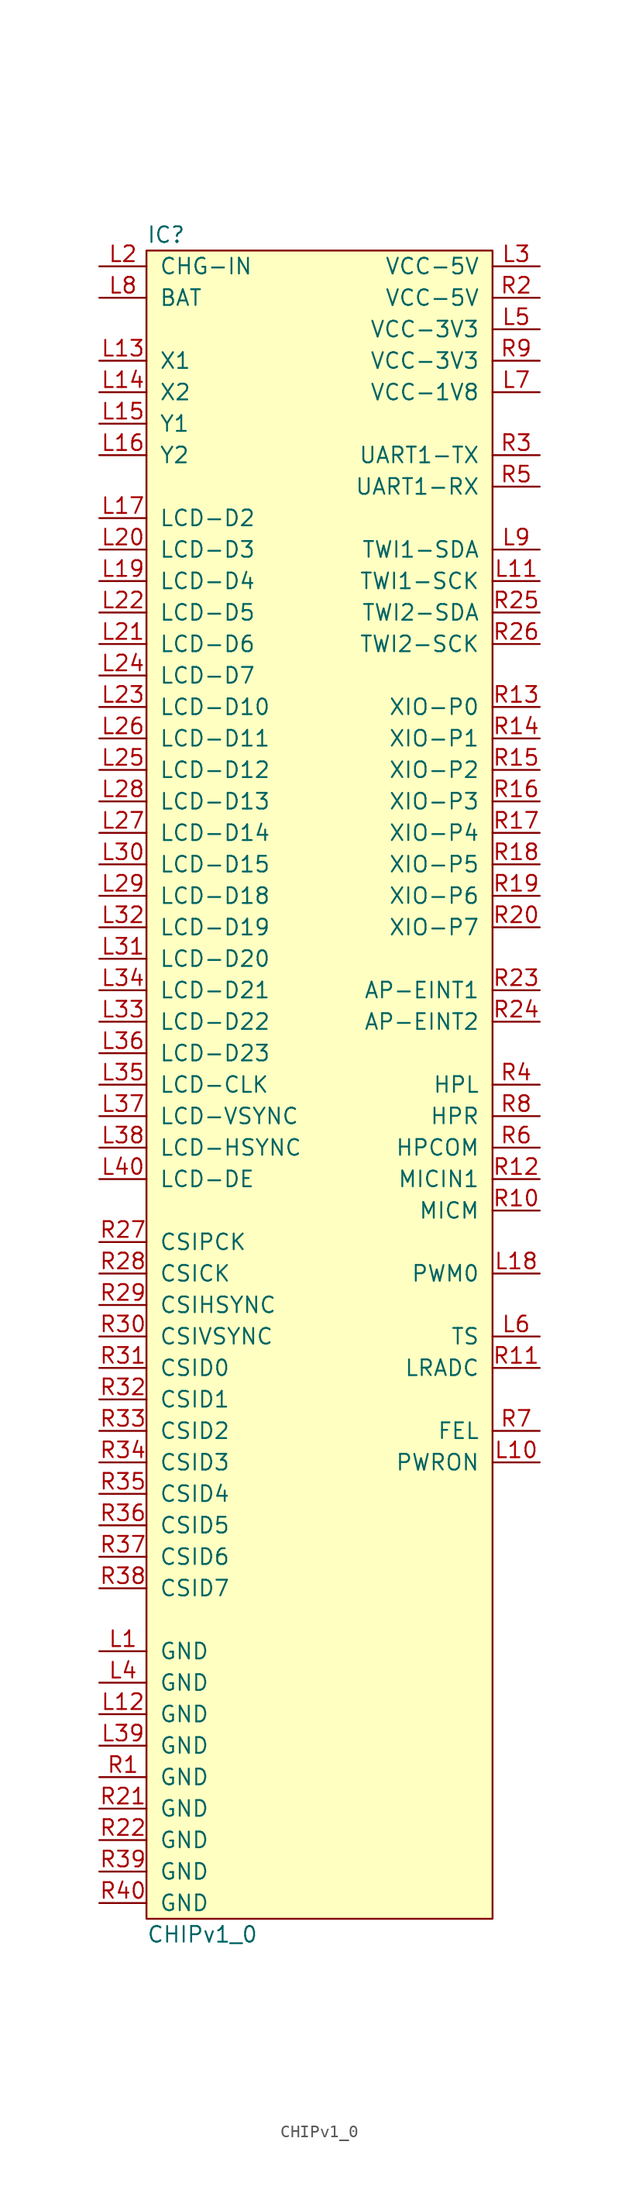
<source format=kicad_sym>
(kicad_symbol_lib
  (version 20211014)
  (generator agg_kicad.build_lib_ic)
  (symbol "CHIPv1_0"
    (pin_names
      (offset 1.016))
    (property Reference IC
      (at -13.97 68.58 0)
      (effects (font (size 1.27 1.27)) (justify left)))
    (property Value "CHIPv1_0"
      (at -13.97 -68.58 0)
      (effects (font (size 1.27 1.27)) (justify left)))
    (symbol "CHIPv1_0_0_0"
      (rectangle (start -13.97 67.31) (end 13.97 -67.31) (stroke (width 0) (type default) (color 0 0 0 0)) (fill (type background)))
      (pin power_in line (at -17.78 66.04 0) (length 3.81) (name "CHG-IN" (effects (font (size 1.27 1.27)))) (number "L2" (effects (font (size 1.27 1.27)))))
      (pin power_in line (at -17.78 63.5 0) (length 3.81) (name BAT (effects (font (size 1.27 1.27)))) (number "L8" (effects (font (size 1.27 1.27)))))
      (pin input line (at -17.78 58.42 0) (length 3.81) (name "X1" (effects (font (size 1.27 1.27)))) (number "L13" (effects (font (size 1.27 1.27)))))
      (pin input line (at -17.78 55.88 0) (length 3.81) (name "X2" (effects (font (size 1.27 1.27)))) (number "L14" (effects (font (size 1.27 1.27)))))
      (pin input line (at -17.78 53.34 0) (length 3.81) (name "Y1" (effects (font (size 1.27 1.27)))) (number "L15" (effects (font (size 1.27 1.27)))))
      (pin input line (at -17.78 50.8 0) (length 3.81) (name "Y2" (effects (font (size 1.27 1.27)))) (number "L16" (effects (font (size 1.27 1.27)))))
      (pin bidirectional line (at -17.78 45.72 0) (length 3.81) (name "LCD-D2" (effects (font (size 1.27 1.27)))) (number "L17" (effects (font (size 1.27 1.27)))))
      (pin bidirectional line (at -17.78 43.18 0) (length 3.81) (name "LCD-D3" (effects (font (size 1.27 1.27)))) (number "L20" (effects (font (size 1.27 1.27)))))
      (pin bidirectional line (at -17.78 40.64 0) (length 3.81) (name "LCD-D4" (effects (font (size 1.27 1.27)))) (number "L19" (effects (font (size 1.27 1.27)))))
      (pin bidirectional line (at -17.78 38.1 0) (length 3.81) (name "LCD-D5" (effects (font (size 1.27 1.27)))) (number "L22" (effects (font (size 1.27 1.27)))))
      (pin bidirectional line (at -17.78 35.56 0) (length 3.81) (name "LCD-D6" (effects (font (size 1.27 1.27)))) (number "L21" (effects (font (size 1.27 1.27)))))
      (pin bidirectional line (at -17.78 33.02 0) (length 3.81) (name "LCD-D7" (effects (font (size 1.27 1.27)))) (number "L24" (effects (font (size 1.27 1.27)))))
      (pin bidirectional line (at -17.78 30.48 0) (length 3.81) (name "LCD-D10" (effects (font (size 1.27 1.27)))) (number "L23" (effects (font (size 1.27 1.27)))))
      (pin bidirectional line (at -17.78 27.94 0) (length 3.81) (name "LCD-D11" (effects (font (size 1.27 1.27)))) (number "L26" (effects (font (size 1.27 1.27)))))
      (pin bidirectional line (at -17.78 25.4 0) (length 3.81) (name "LCD-D12" (effects (font (size 1.27 1.27)))) (number "L25" (effects (font (size 1.27 1.27)))))
      (pin bidirectional line (at -17.78 22.86 0) (length 3.81) (name "LCD-D13" (effects (font (size 1.27 1.27)))) (number "L28" (effects (font (size 1.27 1.27)))))
      (pin bidirectional line (at -17.78 20.32 0) (length 3.81) (name "LCD-D14" (effects (font (size 1.27 1.27)))) (number "L27" (effects (font (size 1.27 1.27)))))
      (pin bidirectional line (at -17.78 17.78 0) (length 3.81) (name "LCD-D15" (effects (font (size 1.27 1.27)))) (number "L30" (effects (font (size 1.27 1.27)))))
      (pin bidirectional line (at -17.78 15.24 0) (length 3.81) (name "LCD-D18" (effects (font (size 1.27 1.27)))) (number "L29" (effects (font (size 1.27 1.27)))))
      (pin bidirectional line (at -17.78 12.7 0) (length 3.81) (name "LCD-D19" (effects (font (size 1.27 1.27)))) (number "L32" (effects (font (size 1.27 1.27)))))
      (pin bidirectional line (at -17.78 10.16 0) (length 3.81) (name "LCD-D20" (effects (font (size 1.27 1.27)))) (number "L31" (effects (font (size 1.27 1.27)))))
      (pin bidirectional line (at -17.78 7.62 0) (length 3.81) (name "LCD-D21" (effects (font (size 1.27 1.27)))) (number "L34" (effects (font (size 1.27 1.27)))))
      (pin bidirectional line (at -17.78 5.08 0) (length 3.81) (name "LCD-D22" (effects (font (size 1.27 1.27)))) (number "L33" (effects (font (size 1.27 1.27)))))
      (pin bidirectional line (at -17.78 2.54 0) (length 3.81) (name "LCD-D23" (effects (font (size 1.27 1.27)))) (number "L36" (effects (font (size 1.27 1.27)))))
      (pin bidirectional line (at -17.78 0 0) (length 3.81) (name "LCD-CLK" (effects (font (size 1.27 1.27)))) (number "L35" (effects (font (size 1.27 1.27)))))
      (pin bidirectional line (at -17.78 -2.54 0) (length 3.81) (name "LCD-VSYNC" (effects (font (size 1.27 1.27)))) (number "L37" (effects (font (size 1.27 1.27)))))
      (pin bidirectional line (at -17.78 -5.08 0) (length 3.81) (name "LCD-HSYNC" (effects (font (size 1.27 1.27)))) (number "L38" (effects (font (size 1.27 1.27)))))
      (pin bidirectional line (at -17.78 -7.62 0) (length 3.81) (name "LCD-DE" (effects (font (size 1.27 1.27)))) (number "L40" (effects (font (size 1.27 1.27)))))
      (pin bidirectional line (at -17.78 -12.7 0) (length 3.81) (name CSIPCK (effects (font (size 1.27 1.27)))) (number "R27" (effects (font (size 1.27 1.27)))))
      (pin bidirectional line (at -17.78 -15.24 0) (length 3.81) (name CSICK (effects (font (size 1.27 1.27)))) (number "R28" (effects (font (size 1.27 1.27)))))
      (pin bidirectional line (at -17.78 -17.78 0) (length 3.81) (name CSIHSYNC (effects (font (size 1.27 1.27)))) (number "R29" (effects (font (size 1.27 1.27)))))
      (pin bidirectional line (at -17.78 -20.32 0) (length 3.81) (name CSIVSYNC (effects (font (size 1.27 1.27)))) (number "R30" (effects (font (size 1.27 1.27)))))
      (pin bidirectional line (at -17.78 -22.86 0) (length 3.81) (name "CSID0" (effects (font (size 1.27 1.27)))) (number "R31" (effects (font (size 1.27 1.27)))))
      (pin bidirectional line (at -17.78 -25.4 0) (length 3.81) (name "CSID1" (effects (font (size 1.27 1.27)))) (number "R32" (effects (font (size 1.27 1.27)))))
      (pin bidirectional line (at -17.78 -27.94 0) (length 3.81) (name "CSID2" (effects (font (size 1.27 1.27)))) (number "R33" (effects (font (size 1.27 1.27)))))
      (pin bidirectional line (at -17.78 -30.48 0) (length 3.81) (name "CSID3" (effects (font (size 1.27 1.27)))) (number "R34" (effects (font (size 1.27 1.27)))))
      (pin bidirectional line (at -17.78 -33.02 0) (length 3.81) (name "CSID4" (effects (font (size 1.27 1.27)))) (number "R35" (effects (font (size 1.27 1.27)))))
      (pin bidirectional line (at -17.78 -35.56 0) (length 3.81) (name "CSID5" (effects (font (size 1.27 1.27)))) (number "R36" (effects (font (size 1.27 1.27)))))
      (pin bidirectional line (at -17.78 -38.1 0) (length 3.81) (name "CSID6" (effects (font (size 1.27 1.27)))) (number "R37" (effects (font (size 1.27 1.27)))))
      (pin bidirectional line (at -17.78 -40.64 0) (length 3.81) (name "CSID7" (effects (font (size 1.27 1.27)))) (number "R38" (effects (font (size 1.27 1.27)))))
      (pin power_in line (at -17.78 -45.72 0) (length 3.81) (name GND (effects (font (size 1.27 1.27)))) (number "L1" (effects (font (size 1.27 1.27)))))
      (pin power_in line (at -17.78 -48.26 0) (length 3.81) (name GND (effects (font (size 1.27 1.27)))) (number "L4" (effects (font (size 1.27 1.27)))))
      (pin power_in line (at -17.78 -50.8 0) (length 3.81) (name GND (effects (font (size 1.27 1.27)))) (number "L12" (effects (font (size 1.27 1.27)))))
      (pin power_in line (at -17.78 -53.34 0) (length 3.81) (name GND (effects (font (size 1.27 1.27)))) (number "L39" (effects (font (size 1.27 1.27)))))
      (pin power_in line (at -17.78 -55.88 0) (length 3.81) (name GND (effects (font (size 1.27 1.27)))) (number "R1" (effects (font (size 1.27 1.27)))))
      (pin power_in line (at -17.78 -58.42 0) (length 3.81) (name GND (effects (font (size 1.27 1.27)))) (number "R21" (effects (font (size 1.27 1.27)))))
      (pin power_in line (at -17.78 -60.96 0) (length 3.81) (name GND (effects (font (size 1.27 1.27)))) (number "R22" (effects (font (size 1.27 1.27)))))
      (pin power_in line (at -17.78 -63.5 0) (length 3.81) (name GND (effects (font (size 1.27 1.27)))) (number "R39" (effects (font (size 1.27 1.27)))))
      (pin power_in line (at -17.78 -66.04 0) (length 3.81) (name GND (effects (font (size 1.27 1.27)))) (number "R40" (effects (font (size 1.27 1.27)))))
      (pin power_out line (at 17.78 66.04 180) (length 3.81) (name "VCC-5V" (effects (font (size 1.27 1.27)))) (number "L3" (effects (font (size 1.27 1.27)))))
      (pin power_out line (at 17.78 63.5 180) (length 3.81) (name "VCC-5V" (effects (font (size 1.27 1.27)))) (number "R2" (effects (font (size 1.27 1.27)))))
      (pin power_out line (at 17.78 60.96 180) (length 3.81) (name "VCC-3V3" (effects (font (size 1.27 1.27)))) (number "L5" (effects (font (size 1.27 1.27)))))
      (pin power_out line (at 17.78 58.42 180) (length 3.81) (name "VCC-3V3" (effects (font (size 1.27 1.27)))) (number "R9" (effects (font (size 1.27 1.27)))))
      (pin power_out line (at 17.78 55.88 180) (length 3.81) (name "VCC-1V8" (effects (font (size 1.27 1.27)))) (number "L7" (effects (font (size 1.27 1.27)))))
      (pin output line (at 17.78 50.8 180) (length 3.81) (name "UART1-TX" (effects (font (size 1.27 1.27)))) (number "R3" (effects (font (size 1.27 1.27)))))
      (pin input line (at 17.78 48.26 180) (length 3.81) (name "UART1-RX" (effects (font (size 1.27 1.27)))) (number "R5" (effects (font (size 1.27 1.27)))))
      (pin open_collector line (at 17.78 43.18 180) (length 3.81) (name "TWI1-SDA" (effects (font (size 1.27 1.27)))) (number "L9" (effects (font (size 1.27 1.27)))))
      (pin open_collector line (at 17.78 40.64 180) (length 3.81) (name "TWI1-SCK" (effects (font (size 1.27 1.27)))) (number "L11" (effects (font (size 1.27 1.27)))))
      (pin open_collector line (at 17.78 38.1 180) (length 3.81) (name "TWI2-SDA" (effects (font (size 1.27 1.27)))) (number "R25" (effects (font (size 1.27 1.27)))))
      (pin open_collector line (at 17.78 35.56 180) (length 3.81) (name "TWI2-SCK" (effects (font (size 1.27 1.27)))) (number "R26" (effects (font (size 1.27 1.27)))))
      (pin bidirectional line (at 17.78 30.48 180) (length 3.81) (name "XIO-P0" (effects (font (size 1.27 1.27)))) (number "R13" (effects (font (size 1.27 1.27)))))
      (pin bidirectional line (at 17.78 27.94 180) (length 3.81) (name "XIO-P1" (effects (font (size 1.27 1.27)))) (number "R14" (effects (font (size 1.27 1.27)))))
      (pin bidirectional line (at 17.78 25.4 180) (length 3.81) (name "XIO-P2" (effects (font (size 1.27 1.27)))) (number "R15" (effects (font (size 1.27 1.27)))))
      (pin bidirectional line (at 17.78 22.86 180) (length 3.81) (name "XIO-P3" (effects (font (size 1.27 1.27)))) (number "R16" (effects (font (size 1.27 1.27)))))
      (pin bidirectional line (at 17.78 20.32 180) (length 3.81) (name "XIO-P4" (effects (font (size 1.27 1.27)))) (number "R17" (effects (font (size 1.27 1.27)))))
      (pin bidirectional line (at 17.78 17.78 180) (length 3.81) (name "XIO-P5" (effects (font (size 1.27 1.27)))) (number "R18" (effects (font (size 1.27 1.27)))))
      (pin bidirectional line (at 17.78 15.24 180) (length 3.81) (name "XIO-P6" (effects (font (size 1.27 1.27)))) (number "R19" (effects (font (size 1.27 1.27)))))
      (pin bidirectional line (at 17.78 12.7 180) (length 3.81) (name "XIO-P7" (effects (font (size 1.27 1.27)))) (number "R20" (effects (font (size 1.27 1.27)))))
      (pin input line (at 17.78 7.62 180) (length 3.81) (name "AP-EINT1" (effects (font (size 1.27 1.27)))) (number "R23" (effects (font (size 1.27 1.27)))))
      (pin input line (at 17.78 5.08 180) (length 3.81) (name "AP-EINT2" (effects (font (size 1.27 1.27)))) (number "R24" (effects (font (size 1.27 1.27)))))
      (pin output line (at 17.78 0 180) (length 3.81) (name HPL (effects (font (size 1.27 1.27)))) (number "R4" (effects (font (size 1.27 1.27)))))
      (pin output line (at 17.78 -2.54 180) (length 3.81) (name HPR (effects (font (size 1.27 1.27)))) (number "R8" (effects (font (size 1.27 1.27)))))
      (pin output line (at 17.78 -5.08 180) (length 3.81) (name HPCOM (effects (font (size 1.27 1.27)))) (number "R6" (effects (font (size 1.27 1.27)))))
      (pin input line (at 17.78 -7.62 180) (length 3.81) (name "MICIN1" (effects (font (size 1.27 1.27)))) (number "R12" (effects (font (size 1.27 1.27)))))
      (pin input line (at 17.78 -10.16 180) (length 3.81) (name MICM (effects (font (size 1.27 1.27)))) (number "R10" (effects (font (size 1.27 1.27)))))
      (pin output line (at 17.78 -15.24 180) (length 3.81) (name "PWM0" (effects (font (size 1.27 1.27)))) (number "L18" (effects (font (size 1.27 1.27)))))
      (pin input line (at 17.78 -20.32 180) (length 3.81) (name TS (effects (font (size 1.27 1.27)))) (number "L6" (effects (font (size 1.27 1.27)))))
      (pin input line (at 17.78 -22.86 180) (length 3.81) (name LRADC (effects (font (size 1.27 1.27)))) (number "R11" (effects (font (size 1.27 1.27)))))
      (pin input line (at 17.78 -27.94 180) (length 3.81) (name FEL (effects (font (size 1.27 1.27)))) (number "R7" (effects (font (size 1.27 1.27)))))
      (pin input line (at 17.78 -30.48 180) (length 3.81) (name PWRON (effects (font (size 1.27 1.27)))) (number "L10" (effects (font (size 1.27 1.27))))))))
</source>
